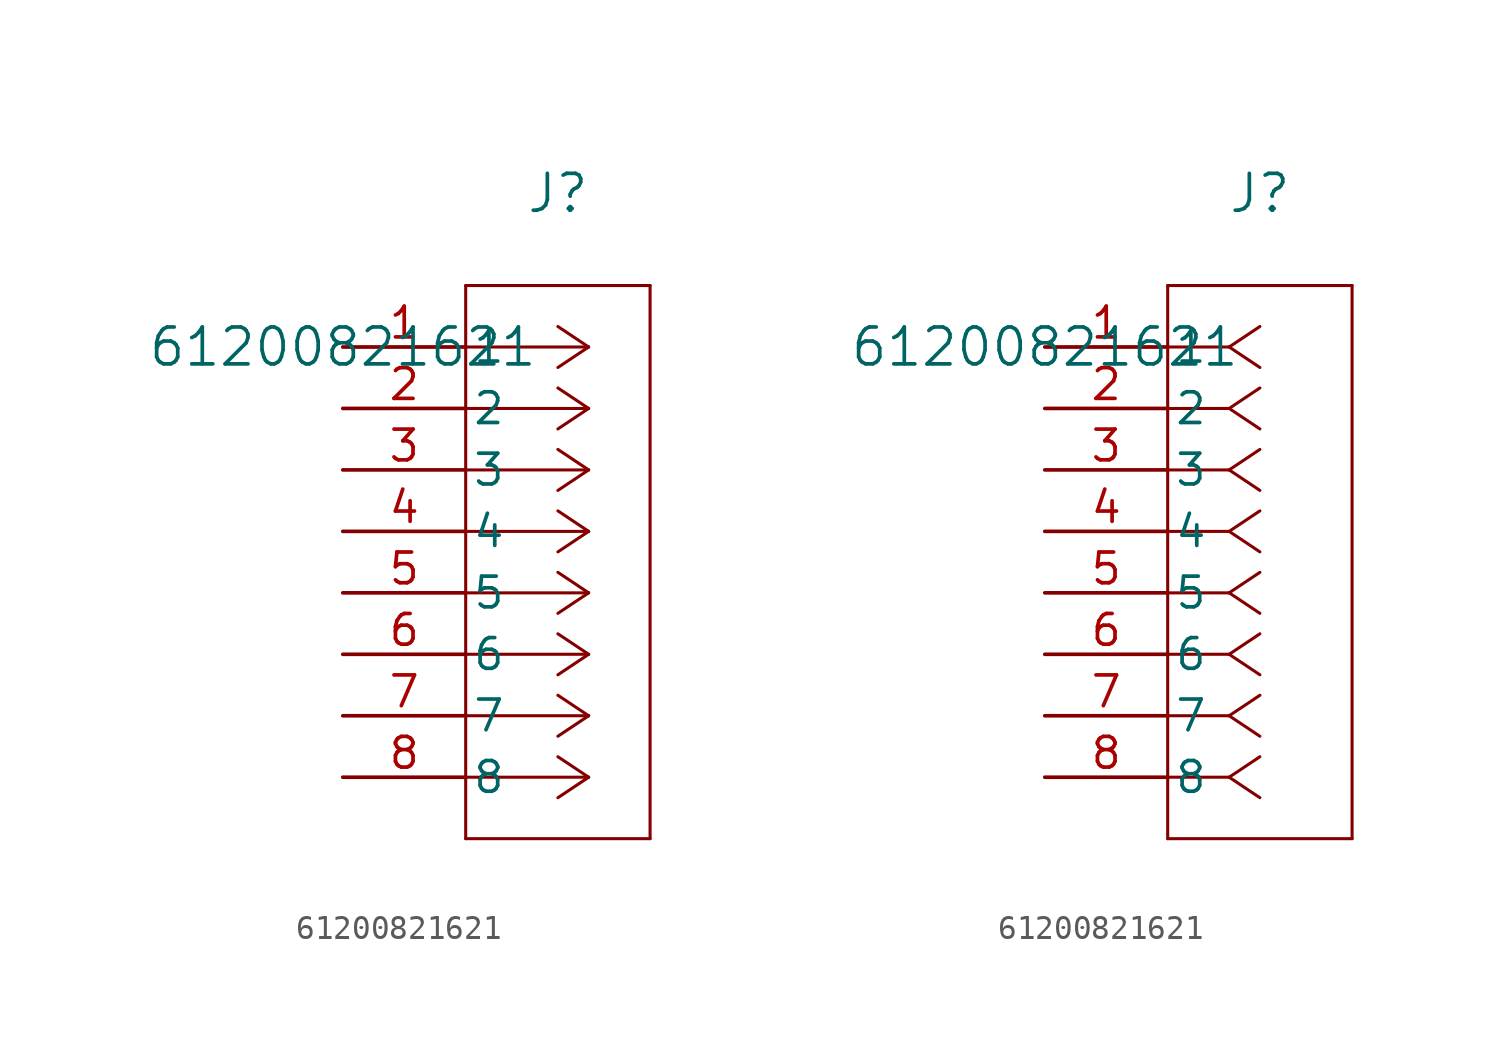
<source format=kicad_sym>
(kicad_symbol_lib
  (version 20211014)
  (generator kicad_symbol_editor)
  (symbol "61200821621"
    (pin_names
      (offset 0.254))
    (property "Reference" "J"
      (at 8.89 6.35 0)
      (effects (font (size 1.524 1.524))))
    (property "Value" "61200821621"
      (at 0 0 0)
      (effects (font (size 1.524 1.524))))
    (symbol "61200821621_1_1"
      (polyline (pts (xy 10.16 0) (xy 5.08 0)) (stroke (width 0.127) (type default) (color 0 0 0 0)) (fill (type none)))
      (polyline (pts (xy 10.16 -2.54) (xy 5.08 -2.54)) (stroke (width 0.127) (type default) (color 0 0 0 0)) (fill (type none)))
      (polyline (pts (xy 10.16 -5.08) (xy 5.08 -5.08)) (stroke (width 0.127) (type default) (color 0 0 0 0)) (fill (type none)))
      (polyline (pts (xy 10.16 -7.62) (xy 5.08 -7.62)) (stroke (width 0.127) (type default) (color 0 0 0 0)) (fill (type none)))
      (polyline (pts (xy 10.16 -10.16) (xy 5.08 -10.16)) (stroke (width 0.127) (type default) (color 0 0 0 0)) (fill (type none)))
      (polyline (pts (xy 10.16 -12.7) (xy 5.08 -12.7)) (stroke (width 0.127) (type default) (color 0 0 0 0)) (fill (type none)))
      (polyline (pts (xy 10.16 -15.24) (xy 5.08 -15.24)) (stroke (width 0.127) (type default) (color 0 0 0 0)) (fill (type none)))
      (polyline (pts (xy 10.16 -17.78) (xy 5.08 -17.78)) (stroke (width 0.127) (type default) (color 0 0 0 0)) (fill (type none)))
      (polyline (pts (xy 10.16 0) (xy 8.89 0.847)) (stroke (width 0.127) (type default) (color 0 0 0 0)) (fill (type none)))
      (polyline (pts (xy 10.16 -2.54) (xy 8.89 -1.693)) (stroke (width 0.127) (type default) (color 0 0 0 0)) (fill (type none)))
      (polyline (pts (xy 10.16 -5.08) (xy 8.89 -4.233)) (stroke (width 0.127) (type default) (color 0 0 0 0)) (fill (type none)))
      (polyline (pts (xy 10.16 -7.62) (xy 8.89 -6.773)) (stroke (width 0.127) (type default) (color 0 0 0 0)) (fill (type none)))
      (polyline (pts (xy 10.16 -10.16) (xy 8.89 -9.313)) (stroke (width 0.127) (type default) (color 0 0 0 0)) (fill (type none)))
      (polyline (pts (xy 10.16 -12.7) (xy 8.89 -11.853)) (stroke (width 0.127) (type default) (color 0 0 0 0)) (fill (type none)))
      (polyline (pts (xy 10.16 -15.24) (xy 8.89 -14.393)) (stroke (width 0.127) (type default) (color 0 0 0 0)) (fill (type none)))
      (polyline (pts (xy 10.16 -17.78) (xy 8.89 -16.933)) (stroke (width 0.127) (type default) (color 0 0 0 0)) (fill (type none)))
      (polyline (pts (xy 10.16 0) (xy 8.89 -0.847)) (stroke (width 0.127) (type default) (color 0 0 0 0)) (fill (type none)))
      (polyline (pts (xy 10.16 -2.54) (xy 8.89 -3.387)) (stroke (width 0.127) (type default) (color 0 0 0 0)) (fill (type none)))
      (polyline (pts (xy 10.16 -5.08) (xy 8.89 -5.927)) (stroke (width 0.127) (type default) (color 0 0 0 0)) (fill (type none)))
      (polyline (pts (xy 10.16 -7.62) (xy 8.89 -8.467)) (stroke (width 0.127) (type default) (color 0 0 0 0)) (fill (type none)))
      (polyline (pts (xy 10.16 -10.16) (xy 8.89 -11.007)) (stroke (width 0.127) (type default) (color 0 0 0 0)) (fill (type none)))
      (polyline (pts (xy 10.16 -12.7) (xy 8.89 -13.547)) (stroke (width 0.127) (type default) (color 0 0 0 0)) (fill (type none)))
      (polyline (pts (xy 10.16 -15.24) (xy 8.89 -16.087)) (stroke (width 0.127) (type default) (color 0 0 0 0)) (fill (type none)))
      (polyline (pts (xy 10.16 -17.78) (xy 8.89 -18.627)) (stroke (width 0.127) (type default) (color 0 0 0 0)) (fill (type none)))
      (polyline (pts (xy 5.08 2.54) (xy 5.08 -20.32)) (stroke (width 0.127) (type default) (color 0 0 0 0)) (fill (type none)))
      (polyline (pts (xy 5.08 -20.32) (xy 12.7 -20.32)) (stroke (width 0.127) (type default) (color 0 0 0 0)) (fill (type none)))
      (polyline (pts (xy 12.7 -20.32) (xy 12.7 2.54)) (stroke (width 0.127) (type default) (color 0 0 0 0)) (fill (type none)))
      (polyline (pts (xy 12.7 2.54) (xy 5.08 2.54)) (stroke (width 0.127) (type default) (color 0 0 0 0)) (fill (type none)))
      (pin unspecified line (at 0 0 0) (length 5.08) (name "1" (effects (font (size 1.27 1.27)))) (number "1" (effects (font (size 1.27 1.27)))))
      (pin unspecified line (at 0 -2.54 0) (length 5.08) (name "2" (effects (font (size 1.27 1.27)))) (number "2" (effects (font (size 1.27 1.27)))))
      (pin unspecified line (at 0 -5.08 0) (length 5.08) (name "3" (effects (font (size 1.27 1.27)))) (number "3" (effects (font (size 1.27 1.27)))))
      (pin unspecified line (at 0 -7.62 0) (length 5.08) (name "4" (effects (font (size 1.27 1.27)))) (number "4" (effects (font (size 1.27 1.27)))))
      (pin unspecified line (at 0 -10.16 0) (length 5.08) (name "5" (effects (font (size 1.27 1.27)))) (number "5" (effects (font (size 1.27 1.27)))))
      (pin unspecified line (at 0 -12.7 0) (length 5.08) (name "6" (effects (font (size 1.27 1.27)))) (number "6" (effects (font (size 1.27 1.27)))))
      (pin unspecified line (at 0 -15.24 0) (length 5.08) (name "7" (effects (font (size 1.27 1.27)))) (number "7" (effects (font (size 1.27 1.27)))))
      (pin unspecified line (at 0 -17.78 0) (length 5.08) (name "8" (effects (font (size 1.27 1.27)))) (number "8" (effects (font (size 1.27 1.27))))))
    (symbol "61200821621_1_2"
      (polyline (pts (xy 7.62 0) (xy 5.08 0)) (stroke (width 0.127) (type default) (color 0 0 0 0)) (fill (type none)))
      (polyline (pts (xy 7.62 -2.54) (xy 5.08 -2.54)) (stroke (width 0.127) (type default) (color 0 0 0 0)) (fill (type none)))
      (polyline (pts (xy 7.62 -5.08) (xy 5.08 -5.08)) (stroke (width 0.127) (type default) (color 0 0 0 0)) (fill (type none)))
      (polyline (pts (xy 7.62 -7.62) (xy 5.08 -7.62)) (stroke (width 0.127) (type default) (color 0 0 0 0)) (fill (type none)))
      (polyline (pts (xy 7.62 -10.16) (xy 5.08 -10.16)) (stroke (width 0.127) (type default) (color 0 0 0 0)) (fill (type none)))
      (polyline (pts (xy 7.62 -12.7) (xy 5.08 -12.7)) (stroke (width 0.127) (type default) (color 0 0 0 0)) (fill (type none)))
      (polyline (pts (xy 7.62 -15.24) (xy 5.08 -15.24)) (stroke (width 0.127) (type default) (color 0 0 0 0)) (fill (type none)))
      (polyline (pts (xy 7.62 -17.78) (xy 5.08 -17.78)) (stroke (width 0.127) (type default) (color 0 0 0 0)) (fill (type none)))
      (polyline (pts (xy 7.62 0) (xy 8.89 0.847)) (stroke (width 0.127) (type default) (color 0 0 0 0)) (fill (type none)))
      (polyline (pts (xy 7.62 -2.54) (xy 8.89 -1.693)) (stroke (width 0.127) (type default) (color 0 0 0 0)) (fill (type none)))
      (polyline (pts (xy 7.62 -5.08) (xy 8.89 -4.233)) (stroke (width 0.127) (type default) (color 0 0 0 0)) (fill (type none)))
      (polyline (pts (xy 7.62 -7.62) (xy 8.89 -6.773)) (stroke (width 0.127) (type default) (color 0 0 0 0)) (fill (type none)))
      (polyline (pts (xy 7.62 -10.16) (xy 8.89 -9.313)) (stroke (width 0.127) (type default) (color 0 0 0 0)) (fill (type none)))
      (polyline (pts (xy 7.62 -12.7) (xy 8.89 -11.853)) (stroke (width 0.127) (type default) (color 0 0 0 0)) (fill (type none)))
      (polyline (pts (xy 7.62 -15.24) (xy 8.89 -14.393)) (stroke (width 0.127) (type default) (color 0 0 0 0)) (fill (type none)))
      (polyline (pts (xy 7.62 -17.78) (xy 8.89 -16.933)) (stroke (width 0.127) (type default) (color 0 0 0 0)) (fill (type none)))
      (polyline (pts (xy 7.62 0) (xy 8.89 -0.847)) (stroke (width 0.127) (type default) (color 0 0 0 0)) (fill (type none)))
      (polyline (pts (xy 7.62 -2.54) (xy 8.89 -3.387)) (stroke (width 0.127) (type default) (color 0 0 0 0)) (fill (type none)))
      (polyline (pts (xy 7.62 -5.08) (xy 8.89 -5.927)) (stroke (width 0.127) (type default) (color 0 0 0 0)) (fill (type none)))
      (polyline (pts (xy 7.62 -7.62) (xy 8.89 -8.467)) (stroke (width 0.127) (type default) (color 0 0 0 0)) (fill (type none)))
      (polyline (pts (xy 7.62 -10.16) (xy 8.89 -11.007)) (stroke (width 0.127) (type default) (color 0 0 0 0)) (fill (type none)))
      (polyline (pts (xy 7.62 -12.7) (xy 8.89 -13.547)) (stroke (width 0.127) (type default) (color 0 0 0 0)) (fill (type none)))
      (polyline (pts (xy 7.62 -15.24) (xy 8.89 -16.087)) (stroke (width 0.127) (type default) (color 0 0 0 0)) (fill (type none)))
      (polyline (pts (xy 7.62 -17.78) (xy 8.89 -18.627)) (stroke (width 0.127) (type default) (color 0 0 0 0)) (fill (type none)))
      (polyline (pts (xy 5.08 2.54) (xy 5.08 -20.32)) (stroke (width 0.127) (type default) (color 0 0 0 0)) (fill (type none)))
      (polyline (pts (xy 5.08 -20.32) (xy 12.7 -20.32)) (stroke (width 0.127) (type default) (color 0 0 0 0)) (fill (type none)))
      (polyline (pts (xy 12.7 -20.32) (xy 12.7 2.54)) (stroke (width 0.127) (type default) (color 0 0 0 0)) (fill (type none)))
      (polyline (pts (xy 12.7 2.54) (xy 5.08 2.54)) (stroke (width 0.127) (type default) (color 0 0 0 0)) (fill (type none)))
      (pin unspecified line (at 0 0 0) (length 5.08) (name "1" (effects (font (size 1.27 1.27)))) (number "1" (effects (font (size 1.27 1.27)))))
      (pin unspecified line (at 0 -2.54 0) (length 5.08) (name "2" (effects (font (size 1.27 1.27)))) (number "2" (effects (font (size 1.27 1.27)))))
      (pin unspecified line (at 0 -5.08 0) (length 5.08) (name "3" (effects (font (size 1.27 1.27)))) (number "3" (effects (font (size 1.27 1.27)))))
      (pin unspecified line (at 0 -7.62 0) (length 5.08) (name "4" (effects (font (size 1.27 1.27)))) (number "4" (effects (font (size 1.27 1.27)))))
      (pin unspecified line (at 0 -10.16 0) (length 5.08) (name "5" (effects (font (size 1.27 1.27)))) (number "5" (effects (font (size 1.27 1.27)))))
      (pin unspecified line (at 0 -12.7 0) (length 5.08) (name "6" (effects (font (size 1.27 1.27)))) (number "6" (effects (font (size 1.27 1.27)))))
      (pin unspecified line (at 0 -15.24 0) (length 5.08) (name "7" (effects (font (size 1.27 1.27)))) (number "7" (effects (font (size 1.27 1.27)))))
      (pin unspecified line (at 0 -17.78 0) (length 5.08) (name "8" (effects (font (size 1.27 1.27)))) (number "8" (effects (font (size 1.27 1.27))))))))
</source>
